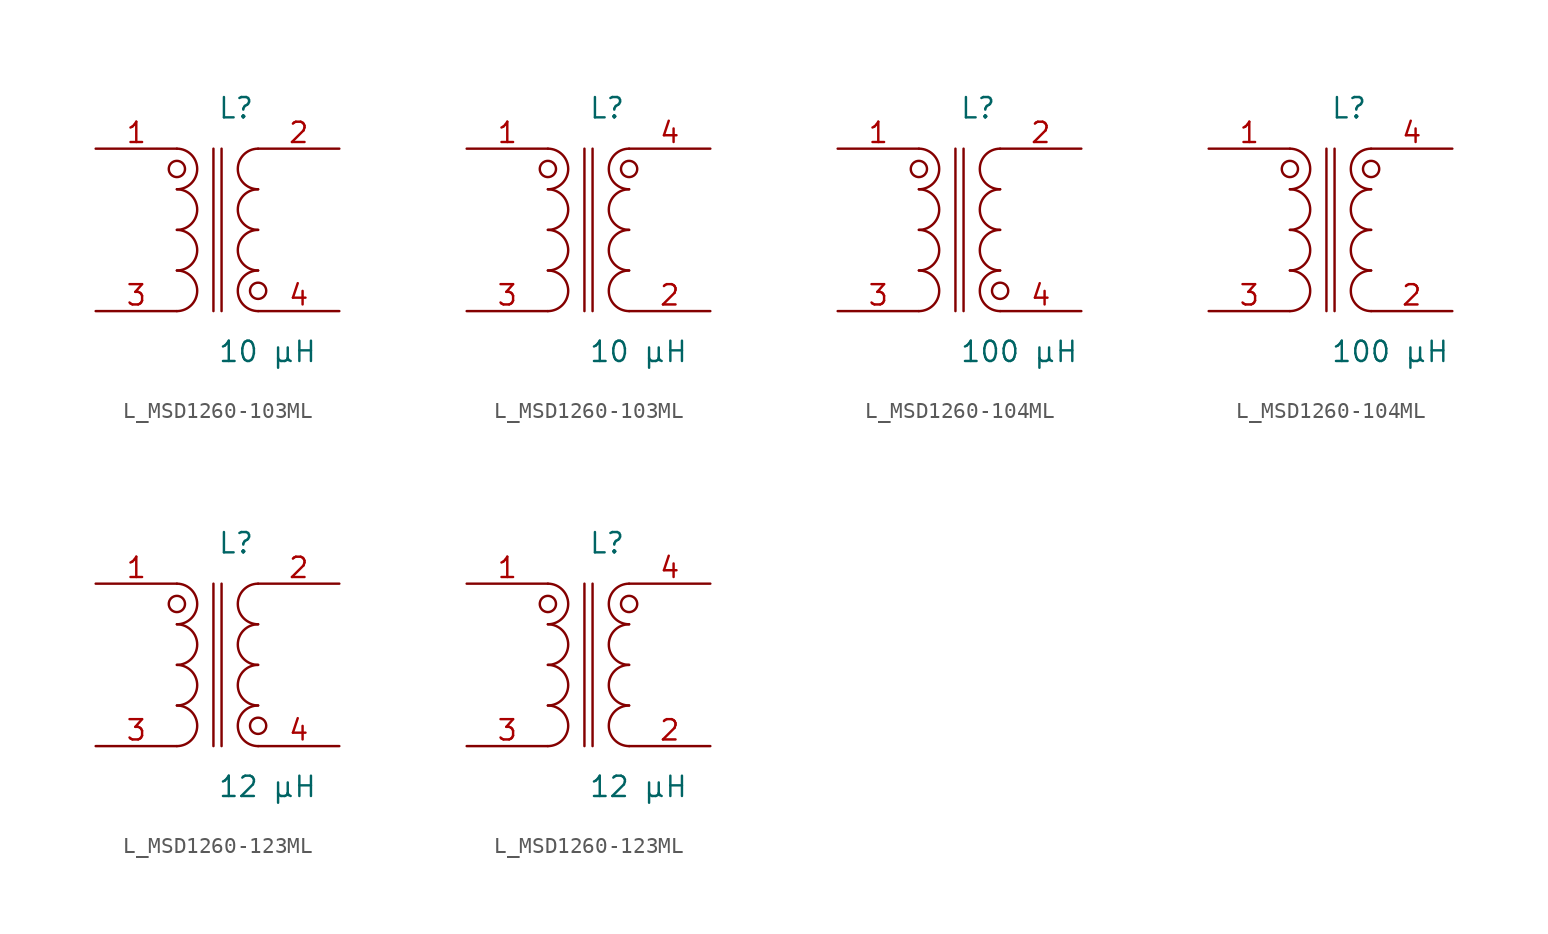
<source format=kicad_sym>
(kicad_symbol_lib
  (version 20231120)
  (generator kicad_symbol_editor)
  (generator_version 8.0)
  (symbol "L_MSD1260-103ML"
    (pin_names
      (offset 0.254))
    (property "Reference" "L"
      (at 0.0 7.62 0)
      (effects (font (size 1.27 1.27)) (justify left)))
    (property "Value" "10 µH"
      (at 0.0 -7.62 0)
      (effects (font (size 1.27 1.27)) (justify left)))
    (symbol "L_MSD1260-103ML_1_1"
      (arc (start -2.54 -5.08) (mid -1.27 -3.81) (end -2.54 -2.54) (stroke (width 0) (type default)) (fill (type none)))
      (arc (start -2.54 -2.54) (mid -1.27 -1.27) (end -2.54 0.0) (stroke (width 0) (type default)) (fill (type none)))
      (arc (start -2.54 0.0) (mid -1.27 1.27) (end -2.54 2.54) (stroke (width 0) (type default)) (fill (type none)))
      (arc (start -2.54 2.54) (mid -1.27 3.81) (end -2.54 5.08) (stroke (width 0) (type default)) (fill (type none)))
      (arc (start 2.54 -5.08) (mid 1.27 -3.81) (end 2.54 -2.54) (stroke (width 0) (type default)) (fill (type none)))
      (arc (start 2.54 -2.54) (mid 1.27 -1.27) (end 2.54 0.0) (stroke (width 0) (type default)) (fill (type none)))
      (arc (start 2.54 0.0) (mid 1.27 1.27) (end 2.54 2.54) (stroke (width 0) (type default)) (fill (type none)))
      (arc (start 2.54 2.54) (mid 1.27 3.81) (end 2.54 5.08) (stroke (width 0) (type default)) (fill (type none)))
      (circle (center -2.54 3.81) (radius 0.508) (stroke (width 0) (type default)) (fill (type none)))
      (circle (center 2.54 -3.81) (radius 0.508) (stroke (width 0) (type default)) (fill (type none)))
      (polyline (pts (xy -0.254 5.08) (xy -0.254 -5.08)) (stroke (width 0) (type default)) (fill (type none)))
      (polyline (pts (xy 0.254 5.08) (xy 0.254 -5.08)) (stroke (width 0) (type default)) (fill (type none)))
      (pin unspecified line (at -7.62 5.08 0) (length 5.08) (name "" (effects (font (size 1.27 1.27)))) (number "1" (effects (font (size 1.27 1.27)))))
      (pin unspecified line (at -7.62 -5.08 0) (length 5.08) (name "" (effects (font (size 1.27 1.27)))) (number "3" (effects (font (size 1.27 1.27)))))
      (pin unspecified line (at 7.62 5.08 180) (length 5.08) (name "" (effects (font (size 1.27 1.27)))) (number "2" (effects (font (size 1.27 1.27)))))
      (pin unspecified line (at 7.62 -5.08 180) (length 5.08) (name "" (effects (font (size 1.27 1.27)))) (number "4" (effects (font (size 1.27 1.27))))))
    (symbol "L_MSD1260-103ML_1_2"
      (arc (start -2.54 -5.08) (mid -1.27 -3.81) (end -2.54 -2.54) (stroke (width 0) (type default)) (fill (type none)))
      (arc (start -2.54 -2.54) (mid -1.27 -1.27) (end -2.54 0.0) (stroke (width 0) (type default)) (fill (type none)))
      (arc (start -2.54 0.0) (mid -1.27 1.27) (end -2.54 2.54) (stroke (width 0) (type default)) (fill (type none)))
      (arc (start -2.54 2.54) (mid -1.27 3.81) (end -2.54 5.08) (stroke (width 0) (type default)) (fill (type none)))
      (arc (start 2.54 -5.08) (mid 1.27 -3.81) (end 2.54 -2.54) (stroke (width 0) (type default)) (fill (type none)))
      (arc (start 2.54 -2.54) (mid 1.27 -1.27) (end 2.54 0.0) (stroke (width 0) (type default)) (fill (type none)))
      (arc (start 2.54 0.0) (mid 1.27 1.27) (end 2.54 2.54) (stroke (width 0) (type default)) (fill (type none)))
      (arc (start 2.54 2.54) (mid 1.27 3.81) (end 2.54 5.08) (stroke (width 0) (type default)) (fill (type none)))
      (circle (center -2.54 3.81) (radius 0.508) (stroke (width 0) (type default)) (fill (type none)))
      (circle (center 2.54 3.81) (radius 0.508) (stroke (width 0) (type default)) (fill (type none)))
      (polyline (pts (xy -0.254 5.08) (xy -0.254 -5.08)) (stroke (width 0) (type default)) (fill (type none)))
      (polyline (pts (xy 0.254 5.08) (xy 0.254 -5.08)) (stroke (width 0) (type default)) (fill (type none)))
      (pin unspecified line (at -7.62 5.08 0) (length 5.08) (name "" (effects (font (size 1.27 1.27)))) (number "1" (effects (font (size 1.27 1.27)))))
      (pin unspecified line (at -7.62 -5.08 0) (length 5.08) (name "" (effects (font (size 1.27 1.27)))) (number "3" (effects (font (size 1.27 1.27)))))
      (pin unspecified line (at 7.62 -5.08 180) (length 5.08) (name "" (effects (font (size 1.27 1.27)))) (number "2" (effects (font (size 1.27 1.27)))))
      (pin unspecified line (at 7.62 5.08 180) (length 5.08) (name "" (effects (font (size 1.27 1.27)))) (number "4" (effects (font (size 1.27 1.27)))))))
  (symbol "L_MSD1260-104ML"
    (pin_names
      (offset 0.254))
    (property "Reference" "L"
      (at 0.0 7.62 0)
      (effects (font (size 1.27 1.27)) (justify left)))
    (property "Value" "100 µH"
      (at 0.0 -7.62 0)
      (effects (font (size 1.27 1.27)) (justify left)))
    (symbol "L_MSD1260-104ML_1_1"
      (arc (start -2.54 -5.08) (mid -1.27 -3.81) (end -2.54 -2.54) (stroke (width 0) (type default)) (fill (type none)))
      (arc (start -2.54 -2.54) (mid -1.27 -1.27) (end -2.54 0.0) (stroke (width 0) (type default)) (fill (type none)))
      (arc (start -2.54 0.0) (mid -1.27 1.27) (end -2.54 2.54) (stroke (width 0) (type default)) (fill (type none)))
      (arc (start -2.54 2.54) (mid -1.27 3.81) (end -2.54 5.08) (stroke (width 0) (type default)) (fill (type none)))
      (arc (start 2.54 -5.08) (mid 1.27 -3.81) (end 2.54 -2.54) (stroke (width 0) (type default)) (fill (type none)))
      (arc (start 2.54 -2.54) (mid 1.27 -1.27) (end 2.54 0.0) (stroke (width 0) (type default)) (fill (type none)))
      (arc (start 2.54 0.0) (mid 1.27 1.27) (end 2.54 2.54) (stroke (width 0) (type default)) (fill (type none)))
      (arc (start 2.54 2.54) (mid 1.27 3.81) (end 2.54 5.08) (stroke (width 0) (type default)) (fill (type none)))
      (circle (center -2.54 3.81) (radius 0.508) (stroke (width 0) (type default)) (fill (type none)))
      (circle (center 2.54 -3.81) (radius 0.508) (stroke (width 0) (type default)) (fill (type none)))
      (polyline (pts (xy -0.254 5.08) (xy -0.254 -5.08)) (stroke (width 0) (type default)) (fill (type none)))
      (polyline (pts (xy 0.254 5.08) (xy 0.254 -5.08)) (stroke (width 0) (type default)) (fill (type none)))
      (pin unspecified line (at -7.62 5.08 0) (length 5.08) (name "" (effects (font (size 1.27 1.27)))) (number "1" (effects (font (size 1.27 1.27)))))
      (pin unspecified line (at -7.62 -5.08 0) (length 5.08) (name "" (effects (font (size 1.27 1.27)))) (number "3" (effects (font (size 1.27 1.27)))))
      (pin unspecified line (at 7.62 5.08 180) (length 5.08) (name "" (effects (font (size 1.27 1.27)))) (number "2" (effects (font (size 1.27 1.27)))))
      (pin unspecified line (at 7.62 -5.08 180) (length 5.08) (name "" (effects (font (size 1.27 1.27)))) (number "4" (effects (font (size 1.27 1.27))))))
    (symbol "L_MSD1260-104ML_1_2"
      (arc (start -2.54 -5.08) (mid -1.27 -3.81) (end -2.54 -2.54) (stroke (width 0) (type default)) (fill (type none)))
      (arc (start -2.54 -2.54) (mid -1.27 -1.27) (end -2.54 0.0) (stroke (width 0) (type default)) (fill (type none)))
      (arc (start -2.54 0.0) (mid -1.27 1.27) (end -2.54 2.54) (stroke (width 0) (type default)) (fill (type none)))
      (arc (start -2.54 2.54) (mid -1.27 3.81) (end -2.54 5.08) (stroke (width 0) (type default)) (fill (type none)))
      (arc (start 2.54 -5.08) (mid 1.27 -3.81) (end 2.54 -2.54) (stroke (width 0) (type default)) (fill (type none)))
      (arc (start 2.54 -2.54) (mid 1.27 -1.27) (end 2.54 0.0) (stroke (width 0) (type default)) (fill (type none)))
      (arc (start 2.54 0.0) (mid 1.27 1.27) (end 2.54 2.54) (stroke (width 0) (type default)) (fill (type none)))
      (arc (start 2.54 2.54) (mid 1.27 3.81) (end 2.54 5.08) (stroke (width 0) (type default)) (fill (type none)))
      (circle (center -2.54 3.81) (radius 0.508) (stroke (width 0) (type default)) (fill (type none)))
      (circle (center 2.54 3.81) (radius 0.508) (stroke (width 0) (type default)) (fill (type none)))
      (polyline (pts (xy -0.254 5.08) (xy -0.254 -5.08)) (stroke (width 0) (type default)) (fill (type none)))
      (polyline (pts (xy 0.254 5.08) (xy 0.254 -5.08)) (stroke (width 0) (type default)) (fill (type none)))
      (pin unspecified line (at -7.62 5.08 0) (length 5.08) (name "" (effects (font (size 1.27 1.27)))) (number "1" (effects (font (size 1.27 1.27)))))
      (pin unspecified line (at -7.62 -5.08 0) (length 5.08) (name "" (effects (font (size 1.27 1.27)))) (number "3" (effects (font (size 1.27 1.27)))))
      (pin unspecified line (at 7.62 -5.08 180) (length 5.08) (name "" (effects (font (size 1.27 1.27)))) (number "2" (effects (font (size 1.27 1.27)))))
      (pin unspecified line (at 7.62 5.08 180) (length 5.08) (name "" (effects (font (size 1.27 1.27)))) (number "4" (effects (font (size 1.27 1.27)))))))
  (symbol "L_MSD1260-123ML"
    (pin_names
      (offset 0.254))
    (property "Reference" "L"
      (at 0.0 7.62 0)
      (effects (font (size 1.27 1.27)) (justify left)))
    (property "Value" "12 µH"
      (at 0.0 -7.62 0)
      (effects (font (size 1.27 1.27)) (justify left)))
    (symbol "L_MSD1260-123ML_1_1"
      (arc (start -2.54 -5.08) (mid -1.27 -3.81) (end -2.54 -2.54) (stroke (width 0) (type default)) (fill (type none)))
      (arc (start -2.54 -2.54) (mid -1.27 -1.27) (end -2.54 0.0) (stroke (width 0) (type default)) (fill (type none)))
      (arc (start -2.54 0.0) (mid -1.27 1.27) (end -2.54 2.54) (stroke (width 0) (type default)) (fill (type none)))
      (arc (start -2.54 2.54) (mid -1.27 3.81) (end -2.54 5.08) (stroke (width 0) (type default)) (fill (type none)))
      (arc (start 2.54 -5.08) (mid 1.27 -3.81) (end 2.54 -2.54) (stroke (width 0) (type default)) (fill (type none)))
      (arc (start 2.54 -2.54) (mid 1.27 -1.27) (end 2.54 0.0) (stroke (width 0) (type default)) (fill (type none)))
      (arc (start 2.54 0.0) (mid 1.27 1.27) (end 2.54 2.54) (stroke (width 0) (type default)) (fill (type none)))
      (arc (start 2.54 2.54) (mid 1.27 3.81) (end 2.54 5.08) (stroke (width 0) (type default)) (fill (type none)))
      (circle (center -2.54 3.81) (radius 0.508) (stroke (width 0) (type default)) (fill (type none)))
      (circle (center 2.54 -3.81) (radius 0.508) (stroke (width 0) (type default)) (fill (type none)))
      (polyline (pts (xy -0.254 5.08) (xy -0.254 -5.08)) (stroke (width 0) (type default)) (fill (type none)))
      (polyline (pts (xy 0.254 5.08) (xy 0.254 -5.08)) (stroke (width 0) (type default)) (fill (type none)))
      (pin unspecified line (at -7.62 5.08 0) (length 5.08) (name "" (effects (font (size 1.27 1.27)))) (number "1" (effects (font (size 1.27 1.27)))))
      (pin unspecified line (at -7.62 -5.08 0) (length 5.08) (name "" (effects (font (size 1.27 1.27)))) (number "3" (effects (font (size 1.27 1.27)))))
      (pin unspecified line (at 7.62 5.08 180) (length 5.08) (name "" (effects (font (size 1.27 1.27)))) (number "2" (effects (font (size 1.27 1.27)))))
      (pin unspecified line (at 7.62 -5.08 180) (length 5.08) (name "" (effects (font (size 1.27 1.27)))) (number "4" (effects (font (size 1.27 1.27))))))
    (symbol "L_MSD1260-123ML_1_2"
      (arc (start -2.54 -5.08) (mid -1.27 -3.81) (end -2.54 -2.54) (stroke (width 0) (type default)) (fill (type none)))
      (arc (start -2.54 -2.54) (mid -1.27 -1.27) (end -2.54 0.0) (stroke (width 0) (type default)) (fill (type none)))
      (arc (start -2.54 0.0) (mid -1.27 1.27) (end -2.54 2.54) (stroke (width 0) (type default)) (fill (type none)))
      (arc (start -2.54 2.54) (mid -1.27 3.81) (end -2.54 5.08) (stroke (width 0) (type default)) (fill (type none)))
      (arc (start 2.54 -5.08) (mid 1.27 -3.81) (end 2.54 -2.54) (stroke (width 0) (type default)) (fill (type none)))
      (arc (start 2.54 -2.54) (mid 1.27 -1.27) (end 2.54 0.0) (stroke (width 0) (type default)) (fill (type none)))
      (arc (start 2.54 0.0) (mid 1.27 1.27) (end 2.54 2.54) (stroke (width 0) (type default)) (fill (type none)))
      (arc (start 2.54 2.54) (mid 1.27 3.81) (end 2.54 5.08) (stroke (width 0) (type default)) (fill (type none)))
      (circle (center -2.54 3.81) (radius 0.508) (stroke (width 0) (type default)) (fill (type none)))
      (circle (center 2.54 3.81) (radius 0.508) (stroke (width 0) (type default)) (fill (type none)))
      (polyline (pts (xy -0.254 5.08) (xy -0.254 -5.08)) (stroke (width 0) (type default)) (fill (type none)))
      (polyline (pts (xy 0.254 5.08) (xy 0.254 -5.08)) (stroke (width 0) (type default)) (fill (type none)))
      (pin unspecified line (at -7.62 5.08 0) (length 5.08) (name "" (effects (font (size 1.27 1.27)))) (number "1" (effects (font (size 1.27 1.27)))))
      (pin unspecified line (at -7.62 -5.08 0) (length 5.08) (name "" (effects (font (size 1.27 1.27)))) (number "3" (effects (font (size 1.27 1.27)))))
      (pin unspecified line (at 7.62 -5.08 180) (length 5.08) (name "" (effects (font (size 1.27 1.27)))) (number "2" (effects (font (size 1.27 1.27)))))
      (pin unspecified line (at 7.62 5.08 180) (length 5.08) (name "" (effects (font (size 1.27 1.27)))) (number "4" (effects (font (size 1.27 1.27))))))))
</source>
